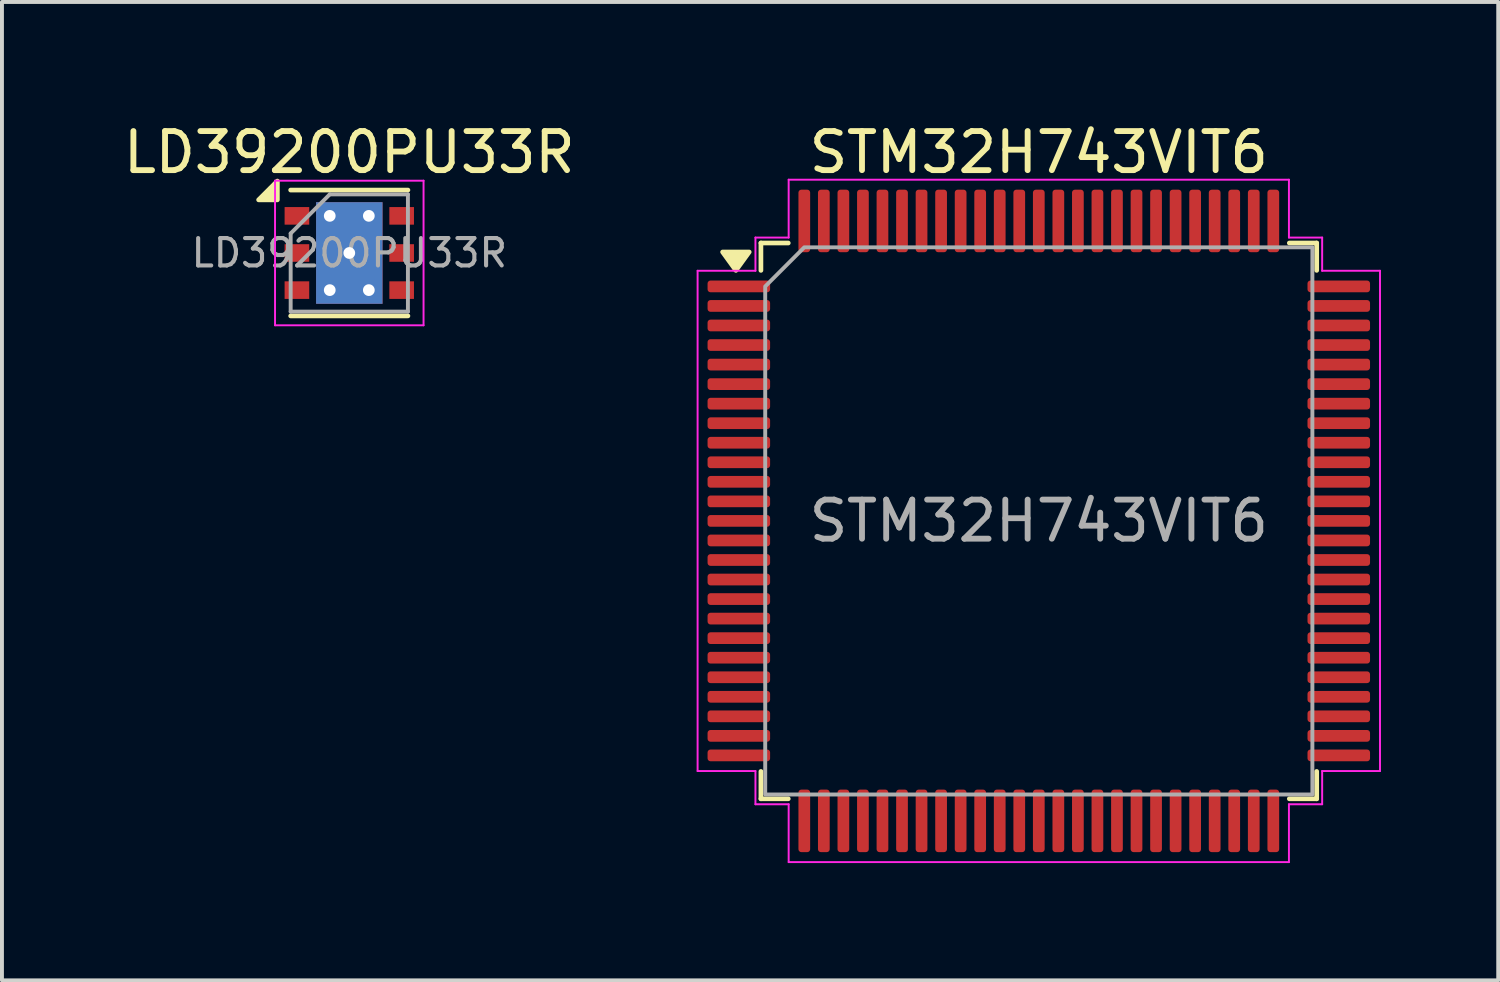
<source format=kicad_pcb>
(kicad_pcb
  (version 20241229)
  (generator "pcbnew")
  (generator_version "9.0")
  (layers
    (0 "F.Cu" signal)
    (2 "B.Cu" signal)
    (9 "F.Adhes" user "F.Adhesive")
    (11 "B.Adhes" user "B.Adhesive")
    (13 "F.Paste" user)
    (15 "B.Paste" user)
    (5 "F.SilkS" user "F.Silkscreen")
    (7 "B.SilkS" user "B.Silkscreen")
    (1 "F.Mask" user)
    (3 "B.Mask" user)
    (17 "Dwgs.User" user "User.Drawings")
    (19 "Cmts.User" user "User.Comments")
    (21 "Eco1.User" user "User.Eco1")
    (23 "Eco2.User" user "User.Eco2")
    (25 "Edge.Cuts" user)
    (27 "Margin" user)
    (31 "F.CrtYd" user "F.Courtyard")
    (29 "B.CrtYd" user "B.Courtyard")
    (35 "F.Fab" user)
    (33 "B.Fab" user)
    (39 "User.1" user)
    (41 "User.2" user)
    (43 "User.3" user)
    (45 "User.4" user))
  (footprint "STM32H743VIT6"
    (layer "F.Cu")
    (at 23.529 10.278)
    (property "Reference" "STM32H743VIT6" (at 0 -9.43 0) (layer "F.SilkS") (effects (font (size 1 1) (thickness 0.15))))
    (attr smd)
    (fp_line (start -7.11 -7.11) (end -6.41 -7.11) (stroke (width 0.12) (type solid)) (layer "F.SilkS"))
    (fp_line (start -7.11 -6.41) (end -7.11 -7.11) (stroke (width 0.12) (type solid)) (layer "F.SilkS"))
    (fp_line (start -7.11 7.11) (end -7.11 6.41) (stroke (width 0.12) (type solid)) (layer "F.SilkS"))
    (fp_line (start -6.41 7.11) (end -7.11 7.11) (stroke (width 0.12) (type solid)) (layer "F.SilkS"))
    (fp_line (start 6.41 -7.11) (end 7.11 -7.11) (stroke (width 0.12) (type solid)) (layer "F.SilkS"))
    (fp_line (start 7.11 -7.11) (end 7.11 -6.41) (stroke (width 0.12) (type solid)) (layer "F.SilkS"))
    (fp_line (start 7.11 6.41) (end 7.11 7.11) (stroke (width 0.12) (type solid)) (layer "F.SilkS"))
    (fp_line (start 7.11 7.11) (end 6.41 7.11) (stroke (width 0.12) (type solid)) (layer "F.SilkS"))
    (fp_poly (pts (xy -7.75 -6.41) (xy -8.09 -6.88) (xy -7.41 -6.88)) (stroke (width 0.12) (type solid)) (fill yes) (layer "F.SilkS"))
    (fp_line (start -8.73 -6.4) (end -7.25 -6.4) (stroke (width 0.05) (type solid)) (layer "F.CrtYd"))
    (fp_line (start -8.73 6.4) (end -8.73 -6.4) (stroke (width 0.05) (type solid)) (layer "F.CrtYd"))
    (fp_line (start -7.25 -7.25) (end -6.4 -7.25) (stroke (width 0.05) (type solid)) (layer "F.CrtYd"))
    (fp_line (start -7.25 -6.4) (end -7.25 -7.25) (stroke (width 0.05) (type solid)) (layer "F.CrtYd"))
    (fp_line (start -7.25 6.4) (end -8.73 6.4) (stroke (width 0.05) (type solid)) (layer "F.CrtYd"))
    (fp_line (start -7.25 7.25) (end -7.25 6.4) (stroke (width 0.05) (type solid)) (layer "F.CrtYd"))
    (fp_line (start -6.4 -8.73) (end 6.4 -8.73) (stroke (width 0.05) (type solid)) (layer "F.CrtYd"))
    (fp_line (start -6.4 -7.25) (end -6.4 -8.73) (stroke (width 0.05) (type solid)) (layer "F.CrtYd"))
    (fp_line (start -6.4 7.25) (end -7.25 7.25) (stroke (width 0.05) (type solid)) (layer "F.CrtYd"))
    (fp_line (start -6.4 8.73) (end -6.4 7.25) (stroke (width 0.05) (type solid)) (layer "F.CrtYd"))
    (fp_line (start 6.4 -8.73) (end 6.4 -7.25) (stroke (width 0.05) (type solid)) (layer "F.CrtYd"))
    (fp_line (start 6.4 -7.25) (end 7.25 -7.25) (stroke (width 0.05) (type solid)) (layer "F.CrtYd"))
    (fp_line (start 6.4 7.25) (end 6.4 8.73) (stroke (width 0.05) (type solid)) (layer "F.CrtYd"))
    (fp_line (start 6.4 8.73) (end -6.4 8.73) (stroke (width 0.05) (type solid)) (layer "F.CrtYd"))
    (fp_line (start 7.25 -7.25) (end 7.25 -6.4) (stroke (width 0.05) (type solid)) (layer "F.CrtYd"))
    (fp_line (start 7.25 -6.4) (end 8.73 -6.4) (stroke (width 0.05) (type solid)) (layer "F.CrtYd"))
    (fp_line (start 7.25 6.4) (end 7.25 7.25) (stroke (width 0.05) (type solid)) (layer "F.CrtYd"))
    (fp_line (start 7.25 7.25) (end 6.4 7.25) (stroke (width 0.05) (type solid)) (layer "F.CrtYd"))
    (fp_line (start 8.73 -6.4) (end 8.73 6.4) (stroke (width 0.05) (type solid)) (layer "F.CrtYd"))
    (fp_line (start 8.73 6.4) (end 7.25 6.4) (stroke (width 0.05) (type solid)) (layer "F.CrtYd"))
    (fp_poly (pts (xy -7 -6) (xy -7 7) (xy 7 7) (xy 7 -7) (xy -6 -7)) (stroke (width 0.1) (type solid)) (fill no) (layer "F.Fab"))
    (fp_text user "${REFERENCE}" (at 0 0 0) (layer "F.Fab") (effects (font (size 1 1) (thickness 0.15))))
    (pad "1" smd roundrect (at -7.675 -6) (size 1.6 0.3) (layers "F.Cu" "F.Mask" "F.Paste") (roundrect_rratio 0.25))
    (pad "2" smd roundrect (at -7.675 -5.5) (size 1.6 0.3) (layers "F.Cu" "F.Mask" "F.Paste") (roundrect_rratio 0.25))
    (pad "3" smd roundrect (at -7.675 -5) (size 1.6 0.3) (layers "F.Cu" "F.Mask" "F.Paste") (roundrect_rratio 0.25))
    (pad "4" smd roundrect (at -7.675 -4.5) (size 1.6 0.3) (layers "F.Cu" "F.Mask" "F.Paste") (roundrect_rratio 0.25))
    (pad "5" smd roundrect (at -7.675 -4) (size 1.6 0.3) (layers "F.Cu" "F.Mask" "F.Paste") (roundrect_rratio 0.25))
    (pad "6" smd roundrect (at -7.675 -3.5) (size 1.6 0.3) (layers "F.Cu" "F.Mask" "F.Paste") (roundrect_rratio 0.25))
    (pad "7" smd roundrect (at -7.675 -3) (size 1.6 0.3) (layers "F.Cu" "F.Mask" "F.Paste") (roundrect_rratio 0.25))
    (pad "8" smd roundrect (at -7.675 -2.5) (size 1.6 0.3) (layers "F.Cu" "F.Mask" "F.Paste") (roundrect_rratio 0.25))
    (pad "9" smd roundrect (at -7.675 -2) (size 1.6 0.3) (layers "F.Cu" "F.Mask" "F.Paste") (roundrect_rratio 0.25))
    (pad "10" smd roundrect (at -7.675 -1.5) (size 1.6 0.3) (layers "F.Cu" "F.Mask" "F.Paste") (roundrect_rratio 0.25))
    (pad "11" smd roundrect (at -7.675 -1) (size 1.6 0.3) (layers "F.Cu" "F.Mask" "F.Paste") (roundrect_rratio 0.25))
    (pad "12" smd roundrect (at -7.675 -0.5) (size 1.6 0.3) (layers "F.Cu" "F.Mask" "F.Paste") (roundrect_rratio 0.25))
    (pad "13" smd roundrect (at -7.675 0) (size 1.6 0.3) (layers "F.Cu" "F.Mask" "F.Paste") (roundrect_rratio 0.25))
    (pad "14" smd roundrect (at -7.675 0.5) (size 1.6 0.3) (layers "F.Cu" "F.Mask" "F.Paste") (roundrect_rratio 0.25))
    (pad "15" smd roundrect (at -7.675 1) (size 1.6 0.3) (layers "F.Cu" "F.Mask" "F.Paste") (roundrect_rratio 0.25))
    (pad "16" smd roundrect (at -7.675 1.5) (size 1.6 0.3) (layers "F.Cu" "F.Mask" "F.Paste") (roundrect_rratio 0.25))
    (pad "17" smd roundrect (at -7.675 2) (size 1.6 0.3) (layers "F.Cu" "F.Mask" "F.Paste") (roundrect_rratio 0.25))
    (pad "18" smd roundrect (at -7.675 2.5) (size 1.6 0.3) (layers "F.Cu" "F.Mask" "F.Paste") (roundrect_rratio 0.25))
    (pad "19" smd roundrect (at -7.675 3) (size 1.6 0.3) (layers "F.Cu" "F.Mask" "F.Paste") (roundrect_rratio 0.25))
    (pad "20" smd roundrect (at -7.675 3.5) (size 1.6 0.3) (layers "F.Cu" "F.Mask" "F.Paste") (roundrect_rratio 0.25))
    (pad "21" smd roundrect (at -7.675 4) (size 1.6 0.3) (layers "F.Cu" "F.Mask" "F.Paste") (roundrect_rratio 0.25))
    (pad "22" smd roundrect (at -7.675 4.5) (size 1.6 0.3) (layers "F.Cu" "F.Mask" "F.Paste") (roundrect_rratio 0.25))
    (pad "23" smd roundrect (at -7.675 5) (size 1.6 0.3) (layers "F.Cu" "F.Mask" "F.Paste") (roundrect_rratio 0.25))
    (pad "24" smd roundrect (at -7.675 5.5) (size 1.6 0.3) (layers "F.Cu" "F.Mask" "F.Paste") (roundrect_rratio 0.25))
    (pad "25" smd roundrect (at -7.675 6) (size 1.6 0.3) (layers "F.Cu" "F.Mask" "F.Paste") (roundrect_rratio 0.25))
    (pad "26" smd roundrect (at -6 7.675) (size 0.3 1.6) (layers "F.Cu" "F.Mask" "F.Paste") (roundrect_rratio 0.25))
    (pad "27" smd roundrect (at -5.5 7.675) (size 0.3 1.6) (layers "F.Cu" "F.Mask" "F.Paste") (roundrect_rratio 0.25))
    (pad "28" smd roundrect (at -5 7.675) (size 0.3 1.6) (layers "F.Cu" "F.Mask" "F.Paste") (roundrect_rratio 0.25))
    (pad "29" smd roundrect (at -4.5 7.675) (size 0.3 1.6) (layers "F.Cu" "F.Mask" "F.Paste") (roundrect_rratio 0.25))
    (pad "30" smd roundrect (at -4 7.675) (size 0.3 1.6) (layers "F.Cu" "F.Mask" "F.Paste") (roundrect_rratio 0.25))
    (pad "31" smd roundrect (at -3.5 7.675) (size 0.3 1.6) (layers "F.Cu" "F.Mask" "F.Paste") (roundrect_rratio 0.25))
    (pad "32" smd roundrect (at -3 7.675) (size 0.3 1.6) (layers "F.Cu" "F.Mask" "F.Paste") (roundrect_rratio 0.25))
    (pad "33" smd roundrect (at -2.5 7.675) (size 0.3 1.6) (layers "F.Cu" "F.Mask" "F.Paste") (roundrect_rratio 0.25))
    (pad "34" smd roundrect (at -2 7.675) (size 0.3 1.6) (layers "F.Cu" "F.Mask" "F.Paste") (roundrect_rratio 0.25))
    (pad "35" smd roundrect (at -1.5 7.675) (size 0.3 1.6) (layers "F.Cu" "F.Mask" "F.Paste") (roundrect_rratio 0.25))
    (pad "36" smd roundrect (at -1 7.675) (size 0.3 1.6) (layers "F.Cu" "F.Mask" "F.Paste") (roundrect_rratio 0.25))
    (pad "37" smd roundrect (at -0.5 7.675) (size 0.3 1.6) (layers "F.Cu" "F.Mask" "F.Paste") (roundrect_rratio 0.25))
    (pad "38" smd roundrect (at 0 7.675) (size 0.3 1.6) (layers "F.Cu" "F.Mask" "F.Paste") (roundrect_rratio 0.25))
    (pad "39" smd roundrect (at 0.5 7.675) (size 0.3 1.6) (layers "F.Cu" "F.Mask" "F.Paste") (roundrect_rratio 0.25))
    (pad "40" smd roundrect (at 1 7.675) (size 0.3 1.6) (layers "F.Cu" "F.Mask" "F.Paste") (roundrect_rratio 0.25))
    (pad "41" smd roundrect (at 1.5 7.675) (size 0.3 1.6) (layers "F.Cu" "F.Mask" "F.Paste") (roundrect_rratio 0.25))
    (pad "42" smd roundrect (at 2 7.675) (size 0.3 1.6) (layers "F.Cu" "F.Mask" "F.Paste") (roundrect_rratio 0.25))
    (pad "43" smd roundrect (at 2.5 7.675) (size 0.3 1.6) (layers "F.Cu" "F.Mask" "F.Paste") (roundrect_rratio 0.25))
    (pad "44" smd roundrect (at 3 7.675) (size 0.3 1.6) (layers "F.Cu" "F.Mask" "F.Paste") (roundrect_rratio 0.25))
    (pad "45" smd roundrect (at 3.5 7.675) (size 0.3 1.6) (layers "F.Cu" "F.Mask" "F.Paste") (roundrect_rratio 0.25))
    (pad "46" smd roundrect (at 4 7.675) (size 0.3 1.6) (layers "F.Cu" "F.Mask" "F.Paste") (roundrect_rratio 0.25))
    (pad "47" smd roundrect (at 4.5 7.675) (size 0.3 1.6) (layers "F.Cu" "F.Mask" "F.Paste") (roundrect_rratio 0.25))
    (pad "48" smd roundrect (at 5 7.675) (size 0.3 1.6) (layers "F.Cu" "F.Mask" "F.Paste") (roundrect_rratio 0.25))
    (pad "49" smd roundrect (at 5.5 7.675) (size 0.3 1.6) (layers "F.Cu" "F.Mask" "F.Paste") (roundrect_rratio 0.25))
    (pad "50" smd roundrect (at 6 7.675) (size 0.3 1.6) (layers "F.Cu" "F.Mask" "F.Paste") (roundrect_rratio 0.25))
    (pad "51" smd roundrect (at 7.675 6) (size 1.6 0.3) (layers "F.Cu" "F.Mask" "F.Paste") (roundrect_rratio 0.25))
    (pad "52" smd roundrect (at 7.675 5.5) (size 1.6 0.3) (layers "F.Cu" "F.Mask" "F.Paste") (roundrect_rratio 0.25))
    (pad "53" smd roundrect (at 7.675 5) (size 1.6 0.3) (layers "F.Cu" "F.Mask" "F.Paste") (roundrect_rratio 0.25))
    (pad "54" smd roundrect (at 7.675 4.5) (size 1.6 0.3) (layers "F.Cu" "F.Mask" "F.Paste") (roundrect_rratio 0.25))
    (pad "55" smd roundrect (at 7.675 4) (size 1.6 0.3) (layers "F.Cu" "F.Mask" "F.Paste") (roundrect_rratio 0.25))
    (pad "56" smd roundrect (at 7.675 3.5) (size 1.6 0.3) (layers "F.Cu" "F.Mask" "F.Paste") (roundrect_rratio 0.25))
    (pad "57" smd roundrect (at 7.675 3) (size 1.6 0.3) (layers "F.Cu" "F.Mask" "F.Paste") (roundrect_rratio 0.25))
    (pad "58" smd roundrect (at 7.675 2.5) (size 1.6 0.3) (layers "F.Cu" "F.Mask" "F.Paste") (roundrect_rratio 0.25))
    (pad "59" smd roundrect (at 7.675 2) (size 1.6 0.3) (layers "F.Cu" "F.Mask" "F.Paste") (roundrect_rratio 0.25))
    (pad "60" smd roundrect (at 7.675 1.5) (size 1.6 0.3) (layers "F.Cu" "F.Mask" "F.Paste") (roundrect_rratio 0.25))
    (pad "61" smd roundrect (at 7.675 1) (size 1.6 0.3) (layers "F.Cu" "F.Mask" "F.Paste") (roundrect_rratio 0.25))
    (pad "62" smd roundrect (at 7.675 0.5) (size 1.6 0.3) (layers "F.Cu" "F.Mask" "F.Paste") (roundrect_rratio 0.25))
    (pad "63" smd roundrect (at 7.675 0) (size 1.6 0.3) (layers "F.Cu" "F.Mask" "F.Paste") (roundrect_rratio 0.25))
    (pad "64" smd roundrect (at 7.675 -0.5) (size 1.6 0.3) (layers "F.Cu" "F.Mask" "F.Paste") (roundrect_rratio 0.25))
    (pad "65" smd roundrect (at 7.675 -1) (size 1.6 0.3) (layers "F.Cu" "F.Mask" "F.Paste") (roundrect_rratio 0.25))
    (pad "66" smd roundrect (at 7.675 -1.5) (size 1.6 0.3) (layers "F.Cu" "F.Mask" "F.Paste") (roundrect_rratio 0.25))
    (pad "67" smd roundrect (at 7.675 -2) (size 1.6 0.3) (layers "F.Cu" "F.Mask" "F.Paste") (roundrect_rratio 0.25))
    (pad "68" smd roundrect (at 7.675 -2.5) (size 1.6 0.3) (layers "F.Cu" "F.Mask" "F.Paste") (roundrect_rratio 0.25))
    (pad "69" smd roundrect (at 7.675 -3) (size 1.6 0.3) (layers "F.Cu" "F.Mask" "F.Paste") (roundrect_rratio 0.25))
    (pad "70" smd roundrect (at 7.675 -3.5) (size 1.6 0.3) (layers "F.Cu" "F.Mask" "F.Paste") (roundrect_rratio 0.25))
    (pad "71" smd roundrect (at 7.675 -4) (size 1.6 0.3) (layers "F.Cu" "F.Mask" "F.Paste") (roundrect_rratio 0.25))
    (pad "72" smd roundrect (at 7.675 -4.5) (size 1.6 0.3) (layers "F.Cu" "F.Mask" "F.Paste") (roundrect_rratio 0.25))
    (pad "73" smd roundrect (at 7.675 -5) (size 1.6 0.3) (layers "F.Cu" "F.Mask" "F.Paste") (roundrect_rratio 0.25))
    (pad "74" smd roundrect (at 7.675 -5.5) (size 1.6 0.3) (layers "F.Cu" "F.Mask" "F.Paste") (roundrect_rratio 0.25))
    (pad "75" smd roundrect (at 7.675 -6) (size 1.6 0.3) (layers "F.Cu" "F.Mask" "F.Paste") (roundrect_rratio 0.25))
    (pad "76" smd roundrect (at 6 -7.675) (size 0.3 1.6) (layers "F.Cu" "F.Mask" "F.Paste") (roundrect_rratio 0.25))
    (pad "77" smd roundrect (at 5.5 -7.675) (size 0.3 1.6) (layers "F.Cu" "F.Mask" "F.Paste") (roundrect_rratio 0.25))
    (pad "78" smd roundrect (at 5 -7.675) (size 0.3 1.6) (layers "F.Cu" "F.Mask" "F.Paste") (roundrect_rratio 0.25))
    (pad "79" smd roundrect (at 4.5 -7.675) (size 0.3 1.6) (layers "F.Cu" "F.Mask" "F.Paste") (roundrect_rratio 0.25))
    (pad "80" smd roundrect (at 4 -7.675) (size 0.3 1.6) (layers "F.Cu" "F.Mask" "F.Paste") (roundrect_rratio 0.25))
    (pad "81" smd roundrect (at 3.5 -7.675) (size 0.3 1.6) (layers "F.Cu" "F.Mask" "F.Paste") (roundrect_rratio 0.25))
    (pad "82" smd roundrect (at 3 -7.675) (size 0.3 1.6) (layers "F.Cu" "F.Mask" "F.Paste") (roundrect_rratio 0.25))
    (pad "83" smd roundrect (at 2.5 -7.675) (size 0.3 1.6) (layers "F.Cu" "F.Mask" "F.Paste") (roundrect_rratio 0.25))
    (pad "84" smd roundrect (at 2 -7.675) (size 0.3 1.6) (layers "F.Cu" "F.Mask" "F.Paste") (roundrect_rratio 0.25))
    (pad "85" smd roundrect (at 1.5 -7.675) (size 0.3 1.6) (layers "F.Cu" "F.Mask" "F.Paste") (roundrect_rratio 0.25))
    (pad "86" smd roundrect (at 1 -7.675) (size 0.3 1.6) (layers "F.Cu" "F.Mask" "F.Paste") (roundrect_rratio 0.25))
    (pad "87" smd roundrect (at 0.5 -7.675) (size 0.3 1.6) (layers "F.Cu" "F.Mask" "F.Paste") (roundrect_rratio 0.25))
    (pad "88" smd roundrect (at 0 -7.675) (size 0.3 1.6) (layers "F.Cu" "F.Mask" "F.Paste") (roundrect_rratio 0.25))
    (pad "89" smd roundrect (at -0.5 -7.675) (size 0.3 1.6) (layers "F.Cu" "F.Mask" "F.Paste") (roundrect_rratio 0.25))
    (pad "90" smd roundrect (at -1 -7.675) (size 0.3 1.6) (layers "F.Cu" "F.Mask" "F.Paste") (roundrect_rratio 0.25))
    (pad "91" smd roundrect (at -1.5 -7.675) (size 0.3 1.6) (layers "F.Cu" "F.Mask" "F.Paste") (roundrect_rratio 0.25))
    (pad "92" smd roundrect (at -2 -7.675) (size 0.3 1.6) (layers "F.Cu" "F.Mask" "F.Paste") (roundrect_rratio 0.25))
    (pad "93" smd roundrect (at -2.5 -7.675) (size 0.3 1.6) (layers "F.Cu" "F.Mask" "F.Paste") (roundrect_rratio 0.25))
    (pad "94" smd roundrect (at -3 -7.675) (size 0.3 1.6) (layers "F.Cu" "F.Mask" "F.Paste") (roundrect_rratio 0.25))
    (pad "95" smd roundrect (at -3.5 -7.675) (size 0.3 1.6) (layers "F.Cu" "F.Mask" "F.Paste") (roundrect_rratio 0.25))
    (pad "96" smd roundrect (at -4 -7.675) (size 0.3 1.6) (layers "F.Cu" "F.Mask" "F.Paste") (roundrect_rratio 0.25))
    (pad "97" smd roundrect (at -4.5 -7.675) (size 0.3 1.6) (layers "F.Cu" "F.Mask" "F.Paste") (roundrect_rratio 0.25))
    (pad "98" smd roundrect (at -5 -7.675) (size 0.3 1.6) (layers "F.Cu" "F.Mask" "F.Paste") (roundrect_rratio 0.25))
    (pad "99" smd roundrect (at -5.5 -7.675) (size 0.3 1.6) (layers "F.Cu" "F.Mask" "F.Paste") (roundrect_rratio 0.25))
    (pad "100" smd roundrect (at -6 -7.675) (size 0.3 1.6) (layers "F.Cu" "F.Mask" "F.Paste") (roundrect_rratio 0.25)))
  (footprint "LD39200PU33R"
    (layer "F.Cu")
    (at 5.887 3.423)
    (property "Reference" "LD39200PU33R" (at 0 -2.575 0) (layer "F.SilkS") (effects (font (size 1 1) (thickness 0.15))))
    (attr smd)
    (fp_line (start -1.5 -1.61) (end 1.5 -1.61) (stroke (width 0.12) (type solid)) (layer "F.SilkS"))
    (fp_line (start -1.5 1.61) (end 1.5 1.61) (stroke (width 0.12) (type solid)) (layer "F.SilkS"))
    (fp_poly (pts (xy -1.84 -1.36) (xy -2.32 -1.36) (xy -1.84 -1.84) (xy -1.84 -1.36)) (stroke (width 0.12) (type solid)) (fill yes) (layer "F.SilkS"))
    (fp_line (start -1.9 -1.85) (end -1.9 1.85) (stroke (width 0.05) (type solid)) (layer "F.CrtYd"))
    (fp_line (start -1.9 -1.85) (end 1.9 -1.85) (stroke (width 0.05) (type solid)) (layer "F.CrtYd"))
    (fp_line (start -1.9 1.85) (end 1.9 1.85) (stroke (width 0.05) (type solid)) (layer "F.CrtYd"))
    (fp_line (start 1.9 -1.85) (end 1.9 1.85) (stroke (width 0.05) (type solid)) (layer "F.CrtYd"))
    (fp_line (start -1.5 -0.5) (end -0.5 -1.5) (stroke (width 0.1) (type solid)) (layer "F.Fab"))
    (fp_line (start -1.5 1.5) (end -1.5 -0.5) (stroke (width 0.1) (type solid)) (layer "F.Fab"))
    (fp_line (start -0.5 -1.5) (end 1.5 -1.5) (stroke (width 0.1) (type solid)) (layer "F.Fab"))
    (fp_line (start 1.5 -1.5) (end 1.5 1.5) (stroke (width 0.1) (type solid)) (layer "F.Fab"))
    (fp_line (start 1.5 1.5) (end -1.5 1.5) (stroke (width 0.1) (type solid)) (layer "F.Fab"))
    (fp_text user "${REFERENCE}" (at 0 0 0) (layer "F.Fab") (effects (font (size 0.7 0.7) (thickness 0.105))))
    (pad "" smd rect (at -0.425 -0.866) (size 0.66 0.73) (layers "F.Paste"))
    (pad "" smd rect (at -0.425 0) (size 0.66 0.73) (layers "F.Paste"))
    (pad "" smd rect (at -0.425 0.866) (size 0.66 0.73) (layers "F.Paste"))
    (pad "" smd rect (at 0.425 -0.866) (size 0.66 0.73) (layers "F.Paste"))
    (pad "" smd rect (at 0.425 0) (size 0.66 0.73) (layers "F.Paste"))
    (pad "" smd rect (at 0.425 0.866) (size 0.66 0.73) (layers "F.Paste"))
    (pad "1" smd rect (at -1.34 -0.95) (size 0.63 0.45) (layers "F.Cu" "F.Mask" "F.Paste"))
    (pad "2" smd rect (at -1.34 0) (size 0.63 0.45) (layers "F.Cu" "F.Mask" "F.Paste"))
    (pad "3" smd rect (at -1.34 0.95) (size 0.63 0.45) (layers "F.Cu" "F.Mask" "F.Paste"))
    (pad "4" smd rect (at 1.34 0.95) (size 0.63 0.45) (layers "F.Cu" "F.Mask" "F.Paste"))
    (pad "5" smd rect (at 1.34 0) (size 0.63 0.45) (layers "F.Cu" "F.Mask" "F.Paste"))
    (pad "6" smd rect (at 1.34 -0.95) (size 0.63 0.45) (layers "F.Cu" "F.Mask" "F.Paste"))
    (pad "7" thru_hole circle (at -0.5 -0.95) (size 0.65 0.65) (drill 0.3) (layers "*.Cu" "*.Mask"))
    (pad "7" thru_hole circle (at -0.5 0.95) (size 0.65 0.65) (drill 0.3) (layers "*.Cu" "*.Mask"))
    (pad "7" thru_hole circle (at 0 0) (size 0.65 0.65) (drill 0.3) (layers "*.Cu" "*.Mask"))
    (pad "7" smd rect (at 0 0) (size 1.7 2.6) (layers "F.Cu" "F.Mask"))
    (pad "7" smd rect (at 0 0) (size 1.7 2.6) (layers "B.Cu" "B.Mask"))
    (pad "7" thru_hole circle (at 0.5 -0.95) (size 0.65 0.65) (drill 0.3) (layers "*.Cu" "*.Mask"))
    (pad "7" thru_hole circle (at 0.5 0.95) (size 0.65 0.65) (drill 0.3) (layers "*.Cu" "*.Mask")))
  (gr_rect
    (start -3 -3)
    (end 35.284 22.033)
    (stroke (width 0.1) (type default))
    (fill no)
    (layer "Edge.Cuts")))
</source>
